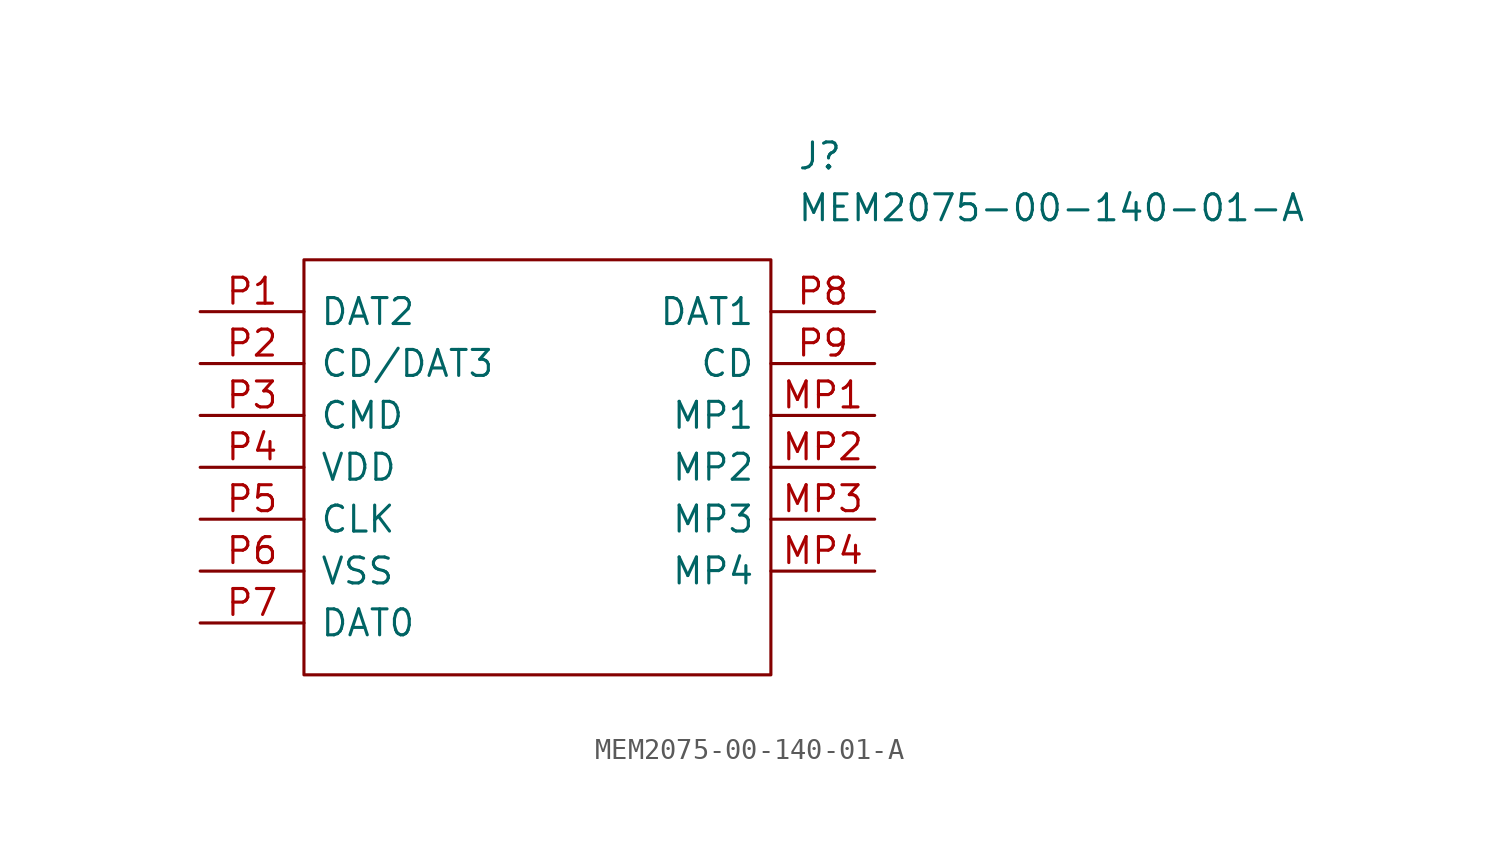
<source format=kicad_sym>
(kicad_symbol_lib
  (version 20211014)
  (generator kicad_symbol_editor)
  (symbol "MEM2075-00-140-01-A"
    (pin_names
      (offset 0.762))
    (property "Reference" "J"
      (at 29.21 7.62 0)
      (effects (font (size 1.27 1.27)) (justify left)))
    (property "Value" "MEM2075-00-140-01-A"
      (at 29.21 5.08 0)
      (effects (font (size 1.27 1.27)) (justify left)))
    (symbol "MEM2075-00-140-01-A_0_0"
      (pin passive line (at 33.02 -5.08 180) (length 5.08) (name "MP1" (effects (font (size 1.27 1.27)))) (number "MP1" (effects (font (size 1.27 1.27)))))
      (pin passive line (at 33.02 -7.62 180) (length 5.08) (name "MP2" (effects (font (size 1.27 1.27)))) (number "MP2" (effects (font (size 1.27 1.27)))))
      (pin passive line (at 33.02 -10.16 180) (length 5.08) (name "MP3" (effects (font (size 1.27 1.27)))) (number "MP3" (effects (font (size 1.27 1.27)))))
      (pin passive line (at 33.02 -12.7 180) (length 5.08) (name "MP4" (effects (font (size 1.27 1.27)))) (number "MP4" (effects (font (size 1.27 1.27)))))
      (pin passive line (at 0 0 0) (length 5.08) (name "DAT2" (effects (font (size 1.27 1.27)))) (number "P1" (effects (font (size 1.27 1.27)))))
      (pin passive line (at 0 -2.54 0) (length 5.08) (name "CD/DAT3" (effects (font (size 1.27 1.27)))) (number "P2" (effects (font (size 1.27 1.27)))))
      (pin passive line (at 0 -5.08 0) (length 5.08) (name "CMD" (effects (font (size 1.27 1.27)))) (number "P3" (effects (font (size 1.27 1.27)))))
      (pin passive line (at 0 -7.62 0) (length 5.08) (name "VDD" (effects (font (size 1.27 1.27)))) (number "P4" (effects (font (size 1.27 1.27)))))
      (pin passive line (at 0 -10.16 0) (length 5.08) (name "CLK" (effects (font (size 1.27 1.27)))) (number "P5" (effects (font (size 1.27 1.27)))))
      (pin passive line (at 0 -12.7 0) (length 5.08) (name "VSS" (effects (font (size 1.27 1.27)))) (number "P6" (effects (font (size 1.27 1.27)))))
      (pin passive line (at 0 -15.24 0) (length 5.08) (name "DAT0" (effects (font (size 1.27 1.27)))) (number "P7" (effects (font (size 1.27 1.27)))))
      (pin passive line (at 33.02 0 180) (length 5.08) (name "DAT1" (effects (font (size 1.27 1.27)))) (number "P8" (effects (font (size 1.27 1.27)))))
      (pin passive line (at 33.02 -2.54 180) (length 5.08) (name "CD" (effects (font (size 1.27 1.27)))) (number "P9" (effects (font (size 1.27 1.27))))))
    (symbol "MEM2075-00-140-01-A_0_1"
      (polyline (pts (xy 5.08 2.54) (xy 27.94 2.54) (xy 27.94 -17.78) (xy 5.08 -17.78) (xy 5.08 2.54)) (stroke (width 0.152) (type default) (color 0 0 0 0)) (fill (type none))))))
</source>
